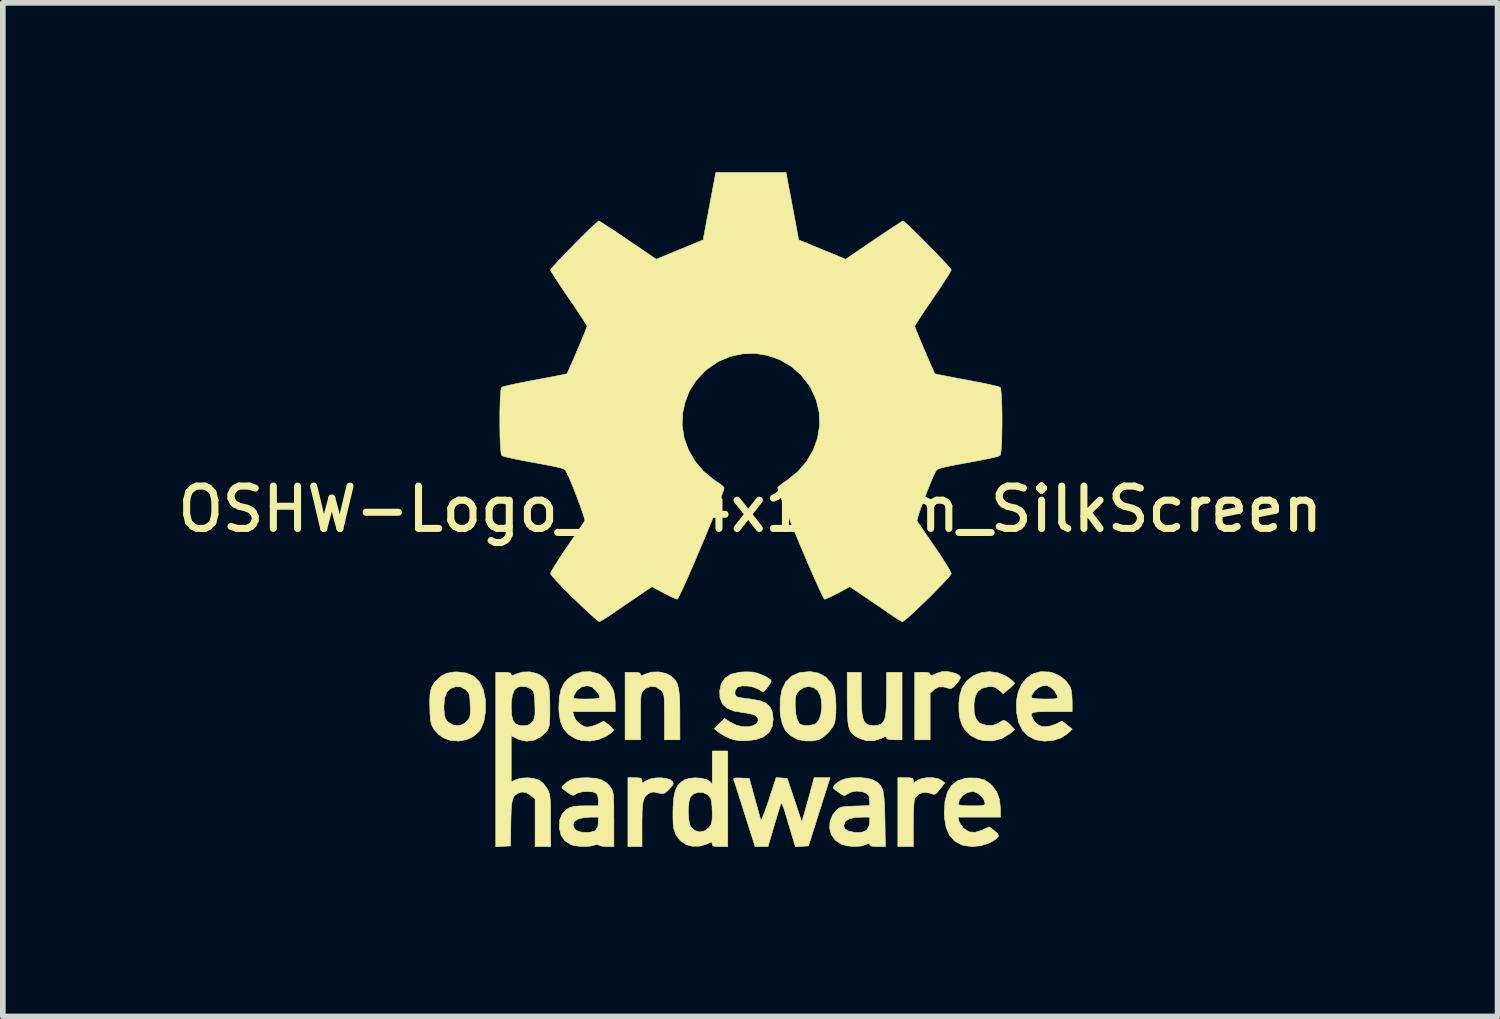
<source format=kicad_pcb>
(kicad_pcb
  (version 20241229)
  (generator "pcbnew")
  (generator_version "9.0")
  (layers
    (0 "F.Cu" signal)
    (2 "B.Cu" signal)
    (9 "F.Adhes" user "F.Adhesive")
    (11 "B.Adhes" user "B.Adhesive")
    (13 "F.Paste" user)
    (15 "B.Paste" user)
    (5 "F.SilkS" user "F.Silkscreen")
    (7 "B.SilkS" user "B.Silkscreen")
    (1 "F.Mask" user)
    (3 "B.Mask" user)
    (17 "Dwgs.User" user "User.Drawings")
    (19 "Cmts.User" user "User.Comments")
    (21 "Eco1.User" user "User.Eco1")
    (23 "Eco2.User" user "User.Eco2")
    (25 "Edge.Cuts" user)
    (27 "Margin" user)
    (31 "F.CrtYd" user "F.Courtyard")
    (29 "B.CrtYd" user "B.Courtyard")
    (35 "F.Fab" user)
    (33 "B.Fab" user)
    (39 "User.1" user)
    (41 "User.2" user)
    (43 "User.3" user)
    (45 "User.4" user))
  (footprint "OSHW-Logo_11.4x12mm_SilkScreen"
    (layer "F.Cu")
    (at 10.238 5.969)
    (property "Reference" "OSHW-Logo_11.4x12mm_SilkScreen" (at 0 0 0) (layer "F.SilkS") (effects (font (size 0.75 0.75) (thickness 0.125))))
    (attr exclude_from_pos_files exclude_from_bom)
    (fp_poly (pts (xy 3.564 2.887) (xy 3.649 2.914) (xy 3.704 2.947) (xy 3.722 2.973) (xy 3.717 3.004) (xy 3.685 3.053) (xy 3.658 3.087) (xy 3.602 3.149) (xy 3.56 3.176) (xy 3.524 3.174) (xy 3.418 3.147) (xy 3.34 3.148) (xy 3.277 3.179) (xy 3.256 3.197) (xy 3.187 3.26) (xy 3.187 4.084) (xy 2.914 4.084) (xy 2.914 2.889) (xy 3.05 2.889) (xy 3.133 2.892) (xy 3.175 2.903) (xy 3.187 2.926) (xy 3.187 2.927) (xy 3.193 2.95) (xy 3.22 2.947) (xy 3.256 2.93) (xy 3.331 2.898) (xy 3.392 2.879) (xy 3.471 2.874) (xy 3.564 2.887)) (stroke (width 0.01) (type solid)) (fill yes) (layer "F.SilkS"))
    (fp_poly (pts (xy 3.238 4.756) (xy 3.334 4.775) (xy 3.389 4.803) (xy 3.446 4.849) (xy 3.364 4.952) (xy 3.314 5.014) (xy 3.28 5.045) (xy 3.246 5.05) (xy 3.196 5.035) (xy 3.173 5.026) (xy 3.078 5.014) (xy 2.991 5.04) (xy 2.927 5.101) (xy 2.917 5.12) (xy 2.905 5.171) (xy 2.897 5.266) (xy 2.891 5.396) (xy 2.889 5.556) (xy 2.889 5.579) (xy 2.889 5.976) (xy 2.615 5.976) (xy 2.615 4.756) (xy 2.752 4.756) (xy 2.831 4.758) (xy 2.872 4.768) (xy 2.887 4.788) (xy 2.889 4.808) (xy 2.889 4.859) (xy 2.954 4.808) (xy 3.029 4.773) (xy 3.131 4.755) (xy 3.238 4.756)) (stroke (width 0.01) (type solid)) (fill yes) (layer "F.SilkS"))
    (fp_poly (pts (xy -1.967 4.759) (xy -1.93 4.77) (xy -1.918 4.795) (xy -1.917 4.806) (xy -1.915 4.837) (xy -1.9 4.841) (xy -1.86 4.82) (xy -1.837 4.806) (xy -1.761 4.775) (xy -1.672 4.76) (xy -1.577 4.758) (xy -1.489 4.77) (xy -1.417 4.792) (xy -1.372 4.824) (xy -1.363 4.865) (xy -1.367 4.875) (xy -1.4 4.921) (xy -1.452 4.976) (xy -1.461 4.985) (xy -1.51 5.026) (xy -1.552 5.04) (xy -1.611 5.03) (xy -1.635 5.024) (xy -1.708 5.009) (xy -1.76 5.016) (xy -1.804 5.039) (xy -1.844 5.071) (xy -1.874 5.111) (xy -1.894 5.166) (xy -1.907 5.245) (xy -1.914 5.355) (xy -1.917 5.503) (xy -1.917 5.592) (xy -1.917 5.976) (xy -2.166 5.976) (xy -2.166 4.756) (xy -2.042 4.756) (xy -1.967 4.759)) (stroke (width 0.01) (type solid)) (fill yes) (layer "F.SilkS"))
    (fp_poly (pts (xy 1.967 3.276) (xy 1.97 3.459) (xy 1.978 3.598) (xy 1.995 3.698) (xy 2.023 3.766) (xy 2.065 3.808) (xy 2.121 3.828) (xy 2.191 3.833) (xy 2.265 3.827) (xy 2.321 3.806) (xy 2.361 3.763) (xy 2.389 3.694) (xy 2.405 3.591) (xy 2.413 3.451) (xy 2.415 3.276) (xy 2.415 2.889) (xy 2.689 2.889) (xy 2.689 4.084) (xy 2.552 4.084) (xy 2.47 4.081) (xy 2.427 4.069) (xy 2.415 4.047) (xy 2.408 4.027) (xy 2.38 4.031) (xy 2.322 4.059) (xy 2.191 4.102) (xy 2.051 4.099) (xy 1.918 4.052) (xy 1.854 4.015) (xy 1.806 3.975) (xy 1.77 3.924) (xy 1.746 3.857) (xy 1.73 3.765) (xy 1.722 3.642) (xy 1.719 3.481) (xy 1.718 3.356) (xy 1.718 2.889) (xy 1.967 2.889) (xy 1.967 3.276)) (stroke (width 0.01) (type solid)) (fill yes) (layer "F.SilkS"))
    (fp_poly (pts (xy -1.493 2.909) (xy -1.431 2.939) (xy -1.371 2.982) (xy -1.326 3.031) (xy -1.292 3.094) (xy -1.269 3.177) (xy -1.255 3.288) (xy -1.248 3.434) (xy -1.246 3.622) (xy -1.246 3.642) (xy -1.245 4.084) (xy -1.519 4.084) (xy -1.519 3.676) (xy -1.519 3.525) (xy -1.521 3.416) (xy -1.524 3.34) (xy -1.531 3.289) (xy -1.543 3.255) (xy -1.56 3.229) (xy -1.585 3.203) (xy -1.67 3.149) (xy -1.762 3.138) (xy -1.851 3.173) (xy -1.881 3.199) (xy -1.904 3.223) (xy -1.92 3.249) (xy -1.931 3.285) (xy -1.937 3.339) (xy -1.941 3.418) (xy -1.942 3.533) (xy -1.942 3.672) (xy -1.942 4.084) (xy -2.216 4.084) (xy -2.216 2.889) (xy -2.079 2.889) (xy -1.997 2.892) (xy -1.955 2.903) (xy -1.942 2.926) (xy -1.942 2.927) (xy -1.937 2.949) (xy -1.911 2.946) (xy -1.861 2.922) (xy -1.748 2.886) (xy -1.618 2.882) (xy -1.493 2.909)) (stroke (width 0.01) (type solid)) (fill yes) (layer "F.SilkS"))
    (fp_poly (pts (xy 4.391 2.899) (xy 4.535 2.96) (xy 4.581 2.99) (xy 4.639 3.036) (xy 4.675 3.072) (xy 4.682 3.084) (xy 4.664 3.11) (xy 4.618 3.154) (xy 4.581 3.185) (xy 4.481 3.266) (xy 4.402 3.199) (xy 4.341 3.156) (xy 4.281 3.141) (xy 4.213 3.145) (xy 4.104 3.172) (xy 4.03 3.228) (xy 3.985 3.318) (xy 3.964 3.448) (xy 3.964 3.449) (xy 3.966 3.594) (xy 3.993 3.701) (xy 4.049 3.774) (xy 4.086 3.799) (xy 4.186 3.829) (xy 4.293 3.829) (xy 4.386 3.8) (xy 4.408 3.785) (xy 4.463 3.748) (xy 4.506 3.742) (xy 4.552 3.769) (xy 4.604 3.819) (xy 4.685 3.903) (xy 4.595 3.978) (xy 4.455 4.062) (xy 4.298 4.103) (xy 4.134 4.1) (xy 4.026 4.072) (xy 3.899 4.005) (xy 3.798 3.898) (xy 3.753 3.822) (xy 3.715 3.714) (xy 3.697 3.577) (xy 3.697 3.429) (xy 3.715 3.286) (xy 3.751 3.167) (xy 3.757 3.155) (xy 3.842 3.035) (xy 3.957 2.947) (xy 4.093 2.894) (xy 4.24 2.878) (xy 4.391 2.899)) (stroke (width 0.01) (type solid)) (fill yes) (layer "F.SilkS"))
    (fp_poly (pts (xy 1.21 2.903) (xy 1.336 2.972) (xy 1.434 3.08) (xy 1.48 3.168) (xy 1.5 3.246) (xy 1.513 3.357) (xy 1.519 3.485) (xy 1.517 3.613) (xy 1.506 3.726) (xy 1.494 3.786) (xy 1.454 3.868) (xy 1.383 3.956) (xy 1.298 4.032) (xy 1.214 4.082) (xy 1.212 4.082) (xy 1.108 4.104) (xy 0.985 4.105) (xy 0.867 4.085) (xy 0.822 4.069) (xy 0.705 4.003) (xy 0.622 3.916) (xy 0.567 3.801) (xy 0.536 3.651) (xy 0.529 3.572) (xy 0.53 3.473) (xy 0.797 3.473) (xy 0.806 3.618) (xy 0.832 3.728) (xy 0.873 3.798) (xy 0.902 3.818) (xy 0.977 3.832) (xy 1.066 3.828) (xy 1.144 3.808) (xy 1.164 3.797) (xy 1.217 3.732) (xy 1.252 3.633) (xy 1.267 3.513) (xy 1.26 3.383) (xy 1.244 3.306) (xy 1.197 3.216) (xy 1.123 3.16) (xy 1.033 3.14) (xy 0.941 3.16) (xy 0.87 3.21) (xy 0.832 3.252) (xy 0.811 3.292) (xy 0.8 3.347) (xy 0.797 3.432) (xy 0.797 3.473) (xy 0.53 3.473) (xy 0.531 3.362) (xy 0.565 3.189) (xy 0.632 3.055) (xy 0.731 2.958) (xy 0.862 2.899) (xy 0.89 2.892) (xy 1.06 2.876) (xy 1.21 2.903)) (stroke (width 0.01) (type solid)) (fill yes) (layer "F.SilkS"))
    (fp_poly (pts (xy 0.558 4.761) (xy 0.656 4.769) (xy 0.785 5.155) (xy 0.914 5.541) (xy 0.954 5.404) (xy 0.978 5.319) (xy 1.01 5.205) (xy 1.045 5.079) (xy 1.063 5.012) (xy 1.132 4.756) (xy 1.415 4.756) (xy 1.33 5.024) (xy 1.288 5.156) (xy 1.238 5.314) (xy 1.185 5.48) (xy 1.139 5.628) (xy 1.032 5.964) (xy 0.801 5.979) (xy 0.738 5.772) (xy 0.699 5.644) (xy 0.657 5.502) (xy 0.62 5.377) (xy 0.619 5.372) (xy 0.592 5.288) (xy 0.567 5.23) (xy 0.55 5.208) (xy 0.547 5.21) (xy 0.534 5.244) (xy 0.511 5.317) (xy 0.48 5.419) (xy 0.443 5.542) (xy 0.423 5.609) (xy 0.315 5.976) (xy 0.086 5.976) (xy -0.098 5.397) (xy -0.149 5.235) (xy -0.196 5.088) (xy -0.236 4.962) (xy -0.267 4.865) (xy -0.287 4.804) (xy -0.293 4.786) (xy -0.288 4.768) (xy -0.251 4.76) (xy -0.173 4.761) (xy -0.16 4.761) (xy -0.016 4.769) (xy 0.079 5.117) (xy 0.114 5.244) (xy 0.145 5.356) (xy 0.17 5.443) (xy 0.185 5.495) (xy 0.188 5.503) (xy 0.2 5.494) (xy 0.224 5.443) (xy 0.257 5.359) (xy 0.297 5.248) (xy 0.331 5.147) (xy 0.459 4.754) (xy 0.558 4.761)) (stroke (width 0.01) (type solid)) (fill yes) (layer "F.SilkS"))
    (fp_poly (pts (xy -5.027 2.902) (xy -4.896 2.959) (xy -4.798 3.055) (xy -4.73 3.19) (xy -4.693 3.364) (xy -4.691 3.391) (xy -4.689 3.582) (xy -4.715 3.75) (xy -4.769 3.886) (xy -4.798 3.93) (xy -4.898 4.022) (xy -5.025 4.082) (xy -5.168 4.107) (xy -5.314 4.094) (xy -5.424 4.055) (xy -5.52 3.99) (xy -5.597 3.904) (xy -5.599 3.902) (xy -5.63 3.849) (xy -5.651 3.795) (xy -5.663 3.728) (xy -5.671 3.633) (xy -5.674 3.555) (xy -5.675 3.484) (xy -5.426 3.484) (xy -5.424 3.554) (xy -5.415 3.648) (xy -5.399 3.708) (xy -5.371 3.751) (xy -5.345 3.776) (xy -5.252 3.828) (xy -5.154 3.835) (xy -5.063 3.798) (xy -5.018 3.755) (xy -4.985 3.713) (xy -4.966 3.672) (xy -4.957 3.619) (xy -4.957 3.54) (xy -4.959 3.467) (xy -4.965 3.363) (xy -4.974 3.295) (xy -4.99 3.251) (xy -5.017 3.217) (xy -5.038 3.198) (xy -5.127 3.147) (xy -5.223 3.145) (xy -5.303 3.175) (xy -5.372 3.237) (xy -5.413 3.34) (xy -5.426 3.484) (xy -5.675 3.484) (xy -5.677 3.4) (xy -5.672 3.284) (xy -5.657 3.196) (xy -5.63 3.128) (xy -5.588 3.067) (xy -5.573 3.049) (xy -5.478 2.959) (xy -5.375 2.906) (xy -5.25 2.884) (xy -5.189 2.882) (xy -5.027 2.902)) (stroke (width 0.01) (type solid)) (fill yes) (layer "F.SilkS"))
    (fp_poly (pts (xy -0.398 5.976) (xy -0.535 5.976) (xy -0.615 5.974) (xy -0.656 5.964) (xy -0.671 5.944) (xy -0.672 5.929) (xy -0.675 5.901) (xy -0.691 5.895) (xy -0.732 5.913) (xy -0.765 5.929) (xy -0.889 5.968) (xy -1.024 5.97) (xy -1.134 5.941) (xy -1.237 5.872) (xy -1.315 5.769) (xy -1.357 5.647) (xy -1.358 5.64) (xy -1.365 5.566) (xy -1.368 5.46) (xy -1.368 5.379) (xy -1.096 5.379) (xy -1.089 5.486) (xy -1.075 5.574) (xy -1.056 5.624) (xy -0.982 5.692) (xy -0.895 5.717) (xy -0.805 5.697) (xy -0.728 5.638) (xy -0.699 5.598) (xy -0.682 5.551) (xy -0.674 5.482) (xy -0.672 5.379) (xy -0.676 5.276) (xy -0.685 5.186) (xy -0.698 5.126) (xy -0.7 5.12) (xy -0.754 5.056) (xy -0.831 5.021) (xy -0.918 5.015) (xy -0.998 5.039) (xy -1.058 5.095) (xy -1.064 5.106) (xy -1.083 5.173) (xy -1.094 5.269) (xy -1.096 5.379) (xy -1.368 5.379) (xy -1.368 5.338) (xy -1.366 5.273) (xy -1.354 5.111) (xy -1.328 4.99) (xy -1.286 4.9) (xy -1.224 4.834) (xy -1.163 4.795) (xy -1.078 4.767) (xy -0.972 4.758) (xy -0.864 4.765) (xy -0.772 4.789) (xy -0.723 4.818) (xy -0.672 4.864) (xy -0.672 4.283) (xy -0.398 4.283) (xy -0.398 5.976)) (stroke (width 0.01) (type solid)) (fill yes) (layer "F.SilkS"))
    (fp_poly (pts (xy 5.303 2.884) (xy 5.367 2.9) (xy 5.489 2.957) (xy 5.594 3.043) (xy 5.666 3.147) (xy 5.676 3.17) (xy 5.69 3.231) (xy 5.699 3.322) (xy 5.703 3.413) (xy 5.703 3.586) (xy 5.341 3.586) (xy 5.193 3.586) (xy 5.088 3.59) (xy 5.021 3.599) (xy 4.987 3.616) (xy 4.979 3.643) (xy 4.992 3.684) (xy 5.016 3.732) (xy 5.082 3.811) (xy 5.174 3.851) (xy 5.286 3.85) (xy 5.412 3.807) (xy 5.522 3.753) (xy 5.613 3.825) (xy 5.704 3.897) (xy 5.619 3.976) (xy 5.504 4.051) (xy 5.364 4.096) (xy 5.212 4.109) (xy 5.066 4.086) (xy 5.043 4.078) (xy 4.914 4.011) (xy 4.819 3.911) (xy 4.754 3.775) (xy 4.718 3.6) (xy 4.718 3.597) (xy 4.714 3.406) (xy 4.727 3.338) (xy 4.98 3.338) (xy 5.004 3.348) (xy 5.067 3.357) (xy 5.16 3.361) (xy 5.219 3.362) (xy 5.329 3.361) (xy 5.397 3.359) (xy 5.433 3.351) (xy 5.446 3.337) (xy 5.443 3.315) (xy 5.44 3.306) (xy 5.395 3.223) (xy 5.325 3.156) (xy 5.263 3.127) (xy 5.181 3.128) (xy 5.098 3.165) (xy 5.028 3.226) (xy 4.986 3.299) (xy 4.98 3.338) (xy 4.727 3.338) (xy 4.746 3.238) (xy 4.81 3.098) (xy 4.901 2.988) (xy 5.016 2.913) (xy 5.151 2.877) (xy 5.303 2.884)) (stroke (width 0.01) (type solid)) (fill yes) (layer "F.SilkS"))
    (fp_poly (pts (xy 0.028 2.884) (xy 0.122 2.902) (xy 0.22 2.94) (xy 0.23 2.944) (xy 0.305 2.983) (xy 0.356 3.02) (xy 0.373 3.043) (xy 0.357 3.081) (xy 0.318 3.137) (xy 0.301 3.158) (xy 0.231 3.24) (xy 0.14 3.186) (xy 0.054 3.151) (xy -0.045 3.132) (xy -0.141 3.13) (xy -0.215 3.148) (xy -0.233 3.159) (xy -0.266 3.211) (xy -0.271 3.27) (xy -0.245 3.316) (xy -0.23 3.324) (xy -0.186 3.336) (xy -0.107 3.349) (xy -0.01 3.361) (xy 0.008 3.363) (xy 0.164 3.39) (xy 0.278 3.436) (xy 0.353 3.505) (xy 0.394 3.601) (xy 0.407 3.719) (xy 0.389 3.852) (xy 0.331 3.957) (xy 0.232 4.034) (xy 0.093 4.082) (xy -0.062 4.101) (xy -0.189 4.101) (xy -0.291 4.083) (xy -0.361 4.059) (xy -0.45 4.018) (xy -0.531 3.97) (xy -0.56 3.949) (xy -0.635 3.888) (xy -0.545 3.797) (xy -0.455 3.705) (xy -0.352 3.773) (xy -0.25 3.824) (xy -0.14 3.851) (xy -0.034 3.853) (xy 0.056 3.833) (xy 0.119 3.789) (xy 0.139 3.753) (xy 0.136 3.694) (xy 0.085 3.649) (xy -0.013 3.618) (xy -0.121 3.604) (xy -0.287 3.576) (xy -0.41 3.525) (xy -0.492 3.447) (xy -0.535 3.343) (xy -0.541 3.218) (xy -0.512 3.089) (xy -0.445 2.991) (xy -0.34 2.924) (xy -0.196 2.888) (xy -0.089 2.881) (xy 0.028 2.884)) (stroke (width 0.01) (type solid)) (fill yes) (layer "F.SilkS"))
    (fp_poly (pts (xy 4.025 4.763) (xy 4.144 4.794) (xy 4.244 4.858) (xy 4.292 4.905) (xy 4.371 5.018) (xy 4.417 5.149) (xy 4.432 5.31) (xy 4.432 5.323) (xy 4.433 5.454) (xy 3.68 5.454) (xy 3.696 5.522) (xy 3.725 5.584) (xy 3.776 5.649) (xy 3.786 5.659) (xy 3.877 5.715) (xy 3.981 5.724) (xy 4.101 5.688) (xy 4.121 5.678) (xy 4.183 5.648) (xy 4.225 5.63) (xy 4.232 5.629) (xy 4.258 5.644) (xy 4.306 5.682) (xy 4.331 5.702) (xy 4.382 5.75) (xy 4.398 5.781) (xy 4.387 5.81) (xy 4.38 5.817) (xy 4.338 5.852) (xy 4.269 5.894) (xy 4.221 5.918) (xy 4.084 5.961) (xy 3.932 5.975) (xy 3.788 5.958) (xy 3.748 5.946) (xy 3.623 5.88) (xy 3.531 5.777) (xy 3.47 5.637) (xy 3.44 5.459) (xy 3.437 5.366) (xy 3.447 5.231) (xy 3.685 5.231) (xy 3.709 5.241) (xy 3.771 5.249) (xy 3.861 5.254) (xy 3.922 5.254) (xy 4.032 5.254) (xy 4.101 5.25) (xy 4.14 5.242) (xy 4.156 5.227) (xy 4.159 5.205) (xy 4.137 5.138) (xy 4.084 5.072) (xy 4.013 5.021) (xy 3.942 5) (xy 3.846 5.018) (xy 3.763 5.072) (xy 3.705 5.149) (xy 3.685 5.231) (xy 3.447 5.231) (xy 3.451 5.169) (xy 3.494 5.012) (xy 3.566 4.894) (xy 3.668 4.813) (xy 3.802 4.769) (xy 3.875 4.761) (xy 4.025 4.763)) (stroke (width 0.01) (type solid)) (fill yes) (layer "F.SilkS"))
    (fp_poly (pts (xy -2.687 2.916) (xy -2.662 2.928) (xy -2.576 2.991) (xy -2.495 3.083) (xy -2.434 3.184) (xy -2.417 3.23) (xy -2.401 3.313) (xy -2.392 3.414) (xy -2.391 3.455) (xy -2.391 3.586) (xy -3.143 3.586) (xy -3.127 3.654) (xy -3.088 3.735) (xy -3.019 3.805) (xy -2.937 3.85) (xy -2.885 3.86) (xy -2.814 3.848) (xy -2.73 3.82) (xy -2.701 3.807) (xy -2.595 3.754) (xy -2.504 3.823) (xy -2.452 3.87) (xy -2.424 3.908) (xy -2.423 3.919) (xy -2.448 3.947) (xy -2.502 3.989) (xy -2.551 4.021) (xy -2.685 4.079) (xy -2.834 4.106) (xy -2.982 4.099) (xy -3.1 4.063) (xy -3.222 3.986) (xy -3.308 3.885) (xy -3.363 3.754) (xy -3.387 3.587) (xy -3.389 3.511) (xy -3.381 3.337) (xy -3.38 3.332) (xy -3.13 3.332) (xy -3.123 3.348) (xy -3.095 3.357) (xy -3.037 3.361) (xy -2.94 3.362) (xy -2.903 3.362) (xy -2.789 3.36) (xy -2.717 3.356) (xy -2.679 3.346) (xy -2.665 3.33) (xy -2.665 3.325) (xy -2.68 3.284) (xy -2.719 3.228) (xy -2.736 3.208) (xy -2.798 3.152) (xy -2.864 3.13) (xy -2.899 3.128) (xy -2.993 3.151) (xy -3.073 3.213) (xy -3.123 3.303) (xy -3.124 3.306) (xy -3.13 3.332) (xy -3.38 3.332) (xy -3.352 3.199) (xy -3.299 3.089) (xy -3.236 3.011) (xy -3.118 2.927) (xy -2.979 2.882) (xy -2.831 2.878) (xy -2.687 2.916)) (stroke (width 0.01) (type solid)) (fill yes) (layer "F.SilkS"))
    (fp_poly (pts (xy 2.056 4.764) (xy 2.161 4.789) (xy 2.192 4.803) (xy 2.251 4.838) (xy 2.296 4.878) (xy 2.329 4.929) (xy 2.353 4.999) (xy 2.368 5.093) (xy 2.378 5.22) (xy 2.384 5.386) (xy 2.386 5.497) (xy 2.394 5.976) (xy 2.256 5.976) (xy 2.171 5.973) (xy 2.128 5.961) (xy 2.117 5.941) (xy 2.111 5.919) (xy 2.084 5.923) (xy 2.048 5.94) (xy 1.958 5.967) (xy 1.842 5.975) (xy 1.72 5.963) (xy 1.611 5.932) (xy 1.602 5.928) (xy 1.503 5.859) (xy 1.437 5.762) (xy 1.407 5.649) (xy 1.41 5.608) (xy 1.655 5.608) (xy 1.676 5.663) (xy 1.74 5.702) (xy 1.844 5.723) (xy 1.899 5.726) (xy 1.991 5.719) (xy 2.052 5.691) (xy 2.067 5.678) (xy 2.107 5.606) (xy 2.117 5.541) (xy 2.117 5.454) (xy 1.995 5.454) (xy 1.854 5.461) (xy 1.755 5.483) (xy 1.693 5.523) (xy 1.679 5.541) (xy 1.655 5.608) (xy 1.41 5.608) (xy 1.414 5.53) (xy 1.459 5.417) (xy 1.52 5.34) (xy 1.557 5.307) (xy 1.594 5.285) (xy 1.641 5.272) (xy 1.711 5.265) (xy 1.815 5.26) (xy 1.857 5.258) (xy 2.117 5.25) (xy 2.116 5.171) (xy 2.106 5.088) (xy 2.07 5.038) (xy 1.996 5.006) (xy 1.994 5.006) (xy 1.89 4.993) (xy 1.788 5.01) (xy 1.712 5.05) (xy 1.682 5.069) (xy 1.649 5.067) (xy 1.599 5.038) (xy 1.569 5.018) (xy 1.511 4.975) (xy 1.475 4.943) (xy 1.47 4.933) (xy 1.493 4.886) (xy 1.563 4.829) (xy 1.594 4.809) (xy 1.681 4.776) (xy 1.799 4.757) (xy 1.93 4.753) (xy 2.056 4.764)) (stroke (width 0.01) (type solid)) (fill yes) (layer "F.SilkS"))
    (fp_poly (pts (xy -2.741 4.766) (xy -2.624 4.797) (xy -2.535 4.854) (xy -2.472 4.928) (xy -2.452 4.96) (xy -2.438 4.993) (xy -2.428 5.035) (xy -2.421 5.095) (xy -2.418 5.179) (xy -2.416 5.296) (xy -2.416 5.453) (xy -2.415 5.495) (xy -2.415 5.976) (xy -2.535 5.976) (xy -2.611 5.971) (xy -2.668 5.958) (xy -2.682 5.949) (xy -2.72 5.935) (xy -2.76 5.949) (xy -2.825 5.967) (xy -2.919 5.974) (xy -3.024 5.971) (xy -3.119 5.958) (xy -3.175 5.941) (xy -3.283 5.872) (xy -3.35 5.776) (xy -3.381 5.648) (xy -3.381 5.645) (xy -3.378 5.588) (xy -3.138 5.588) (xy -3.117 5.652) (xy -3.082 5.689) (xy -3.013 5.716) (xy -2.923 5.727) (xy -2.83 5.722) (xy -2.756 5.7) (xy -2.735 5.686) (xy -2.699 5.622) (xy -2.689 5.549) (xy -2.689 5.454) (xy -2.827 5.454) (xy -2.958 5.464) (xy -3.057 5.492) (xy -3.119 5.537) (xy -3.138 5.588) (xy -3.378 5.588) (xy -3.375 5.505) (xy -3.328 5.394) (xy -3.242 5.311) (xy -3.23 5.303) (xy -3.178 5.278) (xy -3.115 5.263) (xy -3.026 5.256) (xy -2.92 5.254) (xy -2.689 5.254) (xy -2.689 5.158) (xy -2.699 5.083) (xy -2.724 5.033) (xy -2.727 5.03) (xy -2.783 5.008) (xy -2.866 5) (xy -2.959 5.004) (xy -3.041 5.02) (xy -3.089 5.044) (xy -3.116 5.063) (xy -3.143 5.067) (xy -3.182 5.051) (xy -3.24 5.012) (xy -3.327 4.945) (xy -3.335 4.939) (xy -3.331 4.916) (xy -3.296 4.877) (xy -3.245 4.835) (xy -3.188 4.799) (xy -3.17 4.79) (xy -3.104 4.773) (xy -3.008 4.761) (xy -2.901 4.756) (xy -2.896 4.756) (xy -2.741 4.766)) (stroke (width 0.01) (type solid)) (fill yes) (layer "F.SilkS"))
    (fp_poly (pts (xy -3.78 2.91) (xy -3.728 2.935) (xy -3.663 2.981) (xy -3.616 3.03) (xy -3.583 3.092) (xy -3.563 3.175) (xy -3.553 3.288) (xy -3.549 3.438) (xy -3.549 3.503) (xy -3.549 3.645) (xy -3.552 3.747) (xy -3.558 3.817) (xy -3.568 3.865) (xy -3.584 3.901) (xy -3.6 3.925) (xy -3.704 4.028) (xy -3.826 4.09) (xy -3.958 4.109) (xy -4.091 4.082) (xy -4.133 4.062) (xy -4.233 4.01) (xy -4.233 4.832) (xy -4.16 4.794) (xy -4.063 4.765) (xy -3.944 4.757) (xy -3.825 4.771) (xy -3.736 4.802) (xy -3.661 4.862) (xy -3.598 4.947) (xy -3.593 4.956) (xy -3.573 4.997) (xy -3.558 5.038) (xy -3.548 5.089) (xy -3.541 5.156) (xy -3.538 5.249) (xy -3.536 5.377) (xy -3.536 5.52) (xy -3.536 5.976) (xy -3.81 5.976) (xy -3.81 5.134) (xy -3.887 5.07) (xy -3.966 5.018) (xy -4.042 5.009) (xy -4.117 5.033) (xy -4.158 5.057) (xy -4.188 5.09) (xy -4.209 5.141) (xy -4.224 5.216) (xy -4.233 5.323) (xy -4.238 5.469) (xy -4.24 5.566) (xy -4.246 5.964) (xy -4.377 5.972) (xy -4.507 5.979) (xy -4.507 3.507) (xy -4.233 3.507) (xy -4.226 3.644) (xy -4.203 3.74) (xy -4.159 3.8) (xy -4.091 3.829) (xy -4.022 3.835) (xy -3.944 3.828) (xy -3.892 3.802) (xy -3.859 3.766) (xy -3.834 3.729) (xy -3.819 3.687) (xy -3.812 3.628) (xy -3.812 3.539) (xy -3.814 3.465) (xy -3.819 3.354) (xy -3.827 3.281) (xy -3.84 3.234) (xy -3.861 3.203) (xy -3.881 3.185) (xy -3.965 3.146) (xy -4.063 3.14) (xy -4.12 3.153) (xy -4.176 3.201) (xy -4.214 3.295) (xy -4.232 3.433) (xy -4.233 3.507) (xy -4.507 3.507) (xy -4.507 2.889) (xy -4.37 2.889) (xy -4.288 2.892) (xy -4.246 2.903) (xy -4.233 2.926) (xy -4.233 2.927) (xy -4.228 2.949) (xy -4.202 2.946) (xy -4.152 2.922) (xy -4.036 2.885) (xy -3.905 2.881) (xy -3.78 2.91)) (stroke (width 0.01) (type solid)) (fill yes) (layer "F.SilkS"))
    (fp_poly (pts (xy 0.747 -5.367) (xy 0.859 -4.77) (xy 1.275 -4.598) (xy 1.69 -4.427) (xy 2.188 -4.766) (xy 2.328 -4.86) (xy 2.454 -4.945) (xy 2.561 -5.015) (xy 2.643 -5.067) (xy 2.693 -5.098) (xy 2.707 -5.105) (xy 2.732 -5.088) (xy 2.785 -5.041) (xy 2.86 -4.969) (xy 2.952 -4.88) (xy 3.054 -4.778) (xy 3.161 -4.67) (xy 3.266 -4.563) (xy 3.363 -4.461) (xy 3.447 -4.372) (xy 3.512 -4.301) (xy 3.552 -4.253) (xy 3.561 -4.238) (xy 3.547 -4.209) (xy 3.509 -4.145) (xy 3.451 -4.053) (xy 3.376 -3.939) (xy 3.288 -3.809) (xy 3.237 -3.734) (xy 3.145 -3.599) (xy 3.063 -3.477) (xy 2.995 -3.374) (xy 2.945 -3.296) (xy 2.918 -3.25) (xy 2.914 -3.24) (xy 2.923 -3.213) (xy 2.948 -3.149) (xy 2.986 -3.057) (xy 3.032 -2.946) (xy 3.083 -2.826) (xy 3.134 -2.706) (xy 3.182 -2.594) (xy 3.224 -2.5) (xy 3.254 -2.432) (xy 3.271 -2.399) (xy 3.272 -2.398) (xy 3.297 -2.392) (xy 3.364 -2.378) (xy 3.466 -2.358) (xy 3.597 -2.333) (xy 3.748 -2.304) (xy 3.837 -2.288) (xy 3.998 -2.257) (xy 4.145 -2.228) (xy 4.268 -2.201) (xy 4.36 -2.18) (xy 4.415 -2.165) (xy 4.426 -2.16) (xy 4.437 -2.127) (xy 4.446 -2.053) (xy 4.452 -1.947) (xy 4.457 -1.817) (xy 4.46 -1.671) (xy 4.46 -1.519) (xy 4.458 -1.369) (xy 4.455 -1.23) (xy 4.449 -1.11) (xy 4.441 -1.018) (xy 4.431 -0.962) (xy 4.425 -0.951) (xy 4.39 -0.937) (xy 4.316 -0.917) (xy 4.212 -0.894) (xy 4.089 -0.869) (xy 4.046 -0.861) (xy 3.838 -0.823) (xy 3.674 -0.792) (xy 3.548 -0.768) (xy 3.455 -0.748) (xy 3.389 -0.733) (xy 3.346 -0.719) (xy 3.318 -0.707) (xy 3.302 -0.696) (xy 3.3 -0.693) (xy 3.278 -0.656) (xy 3.243 -0.583) (xy 3.2 -0.483) (xy 3.153 -0.366) (xy 3.103 -0.241) (xy 3.056 -0.115) (xy 3.014 0.001) (xy 2.981 0.099) (xy 2.96 0.171) (xy 2.954 0.206) (xy 2.954 0.207) (xy 2.973 0.236) (xy 3.016 0.299) (xy 3.078 0.39) (xy 3.154 0.502) (xy 3.241 0.629) (xy 3.266 0.665) (xy 3.355 0.796) (xy 3.433 0.915) (xy 3.496 1.016) (xy 3.539 1.092) (xy 3.56 1.136) (xy 3.561 1.142) (xy 3.544 1.17) (xy 3.496 1.226) (xy 3.424 1.304) (xy 3.334 1.397) (xy 3.232 1.501) (xy 3.124 1.608) (xy 3.016 1.712) (xy 2.914 1.809) (xy 2.825 1.89) (xy 2.755 1.952) (xy 2.709 1.986) (xy 2.696 1.992) (xy 2.667 1.979) (xy 2.607 1.943) (xy 2.526 1.89) (xy 2.463 1.847) (xy 2.35 1.769) (xy 2.216 1.678) (xy 2.081 1.586) (xy 2.009 1.537) (xy 1.764 1.372) (xy 1.559 1.483) (xy 1.465 1.531) (xy 1.385 1.569) (xy 1.331 1.591) (xy 1.318 1.594) (xy 1.301 1.572) (xy 1.269 1.509) (xy 1.223 1.412) (xy 1.165 1.285) (xy 1.099 1.136) (xy 1.027 0.969) (xy 0.951 0.791) (xy 0.873 0.607) (xy 0.796 0.422) (xy 0.723 0.244) (xy 0.655 0.077) (xy 0.596 -0.072) (xy 0.547 -0.199) (xy 0.511 -0.297) (xy 0.491 -0.36) (xy 0.488 -0.381) (xy 0.513 -0.409) (xy 0.57 -0.454) (xy 0.644 -0.506) (xy 0.651 -0.51) (xy 0.844 -0.665) (xy 1 -0.846) (xy 1.117 -1.046) (xy 1.194 -1.261) (xy 1.229 -1.484) (xy 1.222 -1.71) (xy 1.17 -1.933) (xy 1.073 -2.147) (xy 1.044 -2.194) (xy 0.896 -2.383) (xy 0.72 -2.534) (xy 0.524 -2.648) (xy 0.313 -2.723) (xy 0.093 -2.759) (xy -0.13 -2.753) (xy -0.349 -2.707) (xy -0.559 -2.619) (xy -0.753 -2.488) (xy -0.813 -2.435) (xy -0.966 -2.269) (xy -1.077 -2.093) (xy -1.153 -1.897) (xy -1.196 -1.703) (xy -1.206 -1.484) (xy -1.171 -1.264) (xy -1.094 -1.051) (xy -0.979 -0.851) (xy -0.829 -0.673) (xy -0.647 -0.523) (xy -0.623 -0.507) (xy -0.548 -0.456) (xy -0.49 -0.411) (xy -0.463 -0.382) (xy -0.462 -0.381) (xy -0.468 -0.35) (xy -0.492 -0.28) (xy -0.53 -0.176) (xy -0.581 -0.045) (xy -0.642 0.109) (xy -0.711 0.278) (xy -0.786 0.458) (xy -0.863 0.643) (xy -0.941 0.826) (xy -1.016 1.003) (xy -1.088 1.167) (xy -1.152 1.312) (xy -1.208 1.433) (xy -1.251 1.524) (xy -1.281 1.579) (xy -1.293 1.594) (xy -1.329 1.582) (xy -1.397 1.552) (xy -1.485 1.508) (xy -1.534 1.483) (xy -1.739 1.372) (xy -1.984 1.537) (xy -2.109 1.622) (xy -2.246 1.715) (xy -2.374 1.803) (xy -2.438 1.847) (xy -2.528 1.908) (xy -2.605 1.956) (xy -2.658 1.986) (xy -2.675 1.992) (xy -2.7 1.975) (xy -2.755 1.928) (xy -2.835 1.856) (xy -2.934 1.764) (xy -3.048 1.656) (xy -3.12 1.587) (xy -3.245 1.464) (xy -3.354 1.353) (xy -3.441 1.26) (xy -3.503 1.19) (xy -3.534 1.147) (xy -3.537 1.138) (xy -3.523 1.105) (xy -3.485 1.038) (xy -3.426 0.944) (xy -3.352 0.829) (xy -3.266 0.701) (xy -3.241 0.665) (xy -3.152 0.535) (xy -3.072 0.418) (xy -3.006 0.321) (xy -2.958 0.25) (xy -2.932 0.211) (xy -2.93 0.207) (xy -2.933 0.176) (xy -2.953 0.108) (xy -2.985 0.013) (xy -3.026 -0.102) (xy -3.073 -0.227) (xy -3.123 -0.353) (xy -3.171 -0.472) (xy -3.214 -0.574) (xy -3.25 -0.65) (xy -3.273 -0.691) (xy -3.275 -0.693) (xy -3.29 -0.705) (xy -3.314 -0.717) (xy -3.355 -0.73) (xy -3.416 -0.745) (xy -3.503 -0.764) (xy -3.622 -0.787) (xy -3.779 -0.816) (xy -3.978 -0.853) (xy -4.021 -0.861) (xy -4.149 -0.886) (xy -4.26 -0.91) (xy -4.345 -0.931) (xy -4.394 -0.947) (xy -4.401 -0.951) (xy -4.411 -0.984) (xy -4.42 -1.058) (xy -4.427 -1.165) (xy -4.432 -1.295) (xy -4.434 -1.441) (xy -4.435 -1.593) (xy -4.434 -1.743) (xy -4.43 -1.882) (xy -4.425 -2.002) (xy -4.417 -2.093) (xy -4.407 -2.148) (xy -4.401 -2.16) (xy -4.369 -2.171) (xy -4.295 -2.19) (xy -4.186 -2.214) (xy -4.051 -2.242) (xy -3.896 -2.272) (xy -3.812 -2.288) (xy -3.652 -2.318) (xy -3.509 -2.345) (xy -3.391 -2.368) (xy -3.304 -2.385) (xy -3.255 -2.396) (xy -3.247 -2.398) (xy -3.233 -2.424) (xy -3.204 -2.487) (xy -3.164 -2.578) (xy -3.117 -2.688) (xy -3.065 -2.808) (xy -3.014 -2.929) (xy -2.967 -3.042) (xy -2.928 -3.137) (xy -2.901 -3.206) (xy -2.889 -3.24) (xy -2.889 -3.241) (xy -2.902 -3.268) (xy -2.94 -3.329) (xy -2.999 -3.42) (xy -3.074 -3.532) (xy -3.161 -3.661) (xy -3.212 -3.735) (xy -3.305 -3.871) (xy -3.387 -3.995) (xy -3.455 -4.099) (xy -3.505 -4.179) (xy -3.532 -4.227) (xy -3.536 -4.238) (xy -3.519 -4.263) (xy -3.473 -4.317) (xy -3.402 -4.394) (xy -3.314 -4.487) (xy -3.214 -4.59) (xy -3.108 -4.698) (xy -3.002 -4.805) (xy -2.902 -4.904) (xy -2.814 -4.99) (xy -2.743 -5.055) (xy -2.697 -5.095) (xy -2.682 -5.105) (xy -2.656 -5.091) (xy -2.596 -5.054) (xy -2.506 -4.995) (xy -2.393 -4.921) (xy -2.262 -4.833) (xy -2.163 -4.766) (xy -1.665 -4.427) (xy -1.25 -4.598) (xy -0.834 -4.77) (xy -0.722 -5.367) (xy -0.609 -5.964) (xy 0.634 -5.964) (xy 0.747 -5.367)) (stroke (width 0.01) (type solid)) (fill yes) (layer "F.SilkS")))
  (gr_rect
    (start -3 -3)
    (end 23.475 14.953)
    (stroke (width 0.1) (type default))
    (fill no)
    (layer "Edge.Cuts")))
</source>
